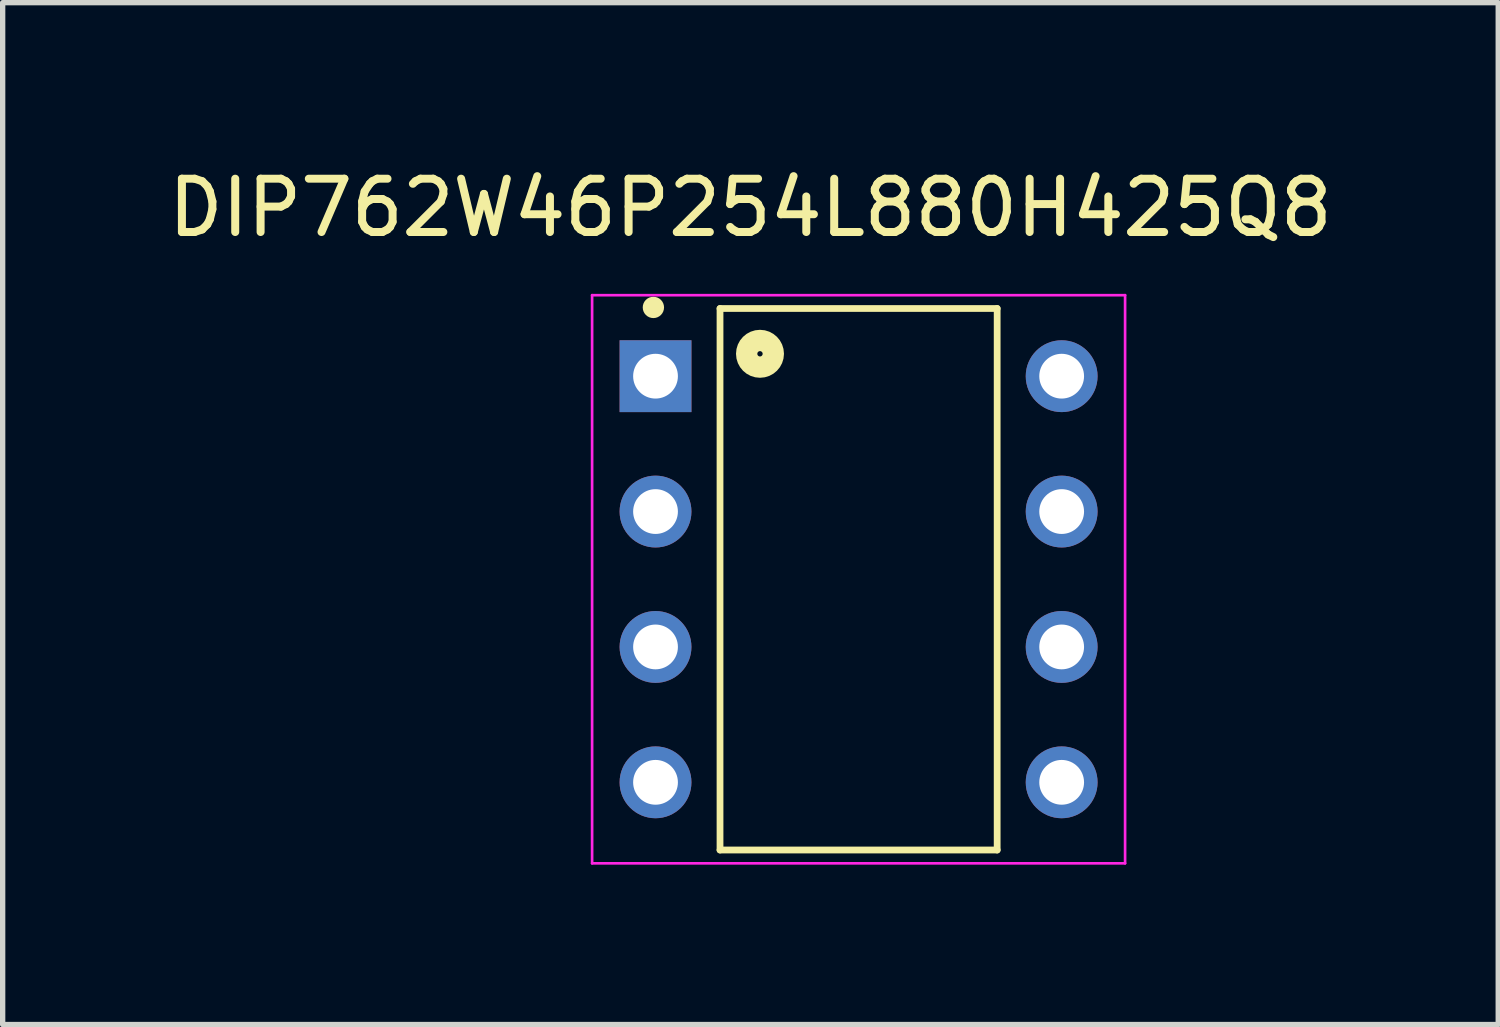
<source format=kicad_pcb>
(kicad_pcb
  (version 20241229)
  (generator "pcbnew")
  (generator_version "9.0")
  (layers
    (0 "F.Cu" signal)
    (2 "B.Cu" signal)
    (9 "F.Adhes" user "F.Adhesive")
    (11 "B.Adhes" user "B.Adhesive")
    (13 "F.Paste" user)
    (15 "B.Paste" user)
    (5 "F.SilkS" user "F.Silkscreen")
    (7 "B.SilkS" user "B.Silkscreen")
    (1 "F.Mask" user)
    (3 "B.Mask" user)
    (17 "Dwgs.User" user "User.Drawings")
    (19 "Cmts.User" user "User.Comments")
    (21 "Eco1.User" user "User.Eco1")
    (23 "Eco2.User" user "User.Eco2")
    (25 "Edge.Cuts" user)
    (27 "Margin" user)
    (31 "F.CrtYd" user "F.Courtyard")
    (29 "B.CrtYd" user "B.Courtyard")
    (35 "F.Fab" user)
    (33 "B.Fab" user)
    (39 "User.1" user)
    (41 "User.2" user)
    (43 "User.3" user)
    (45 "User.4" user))
  (footprint "DIP762W46P254L880H425Q8"
    (layer "F.Cu")
    (at 13.059 7.818)
    (property "Reference" "DIP762W46P254L880H425Q8" (at -2.029 -6.97 0) (layer "F.SilkS") (effects (font (size 1 1) (thickness 0.15))))
    (attr through_hole)
    (fp_line (start -2.6 -5.08) (end 2.6 -5.08) (stroke (width 0.127) (type solid)) (layer "F.SilkS"))
    (fp_line (start -2.6 5.08) (end -2.6 -5.08) (stroke (width 0.127) (type solid)) (layer "F.SilkS"))
    (fp_line (start 2.6 -5.08) (end 2.6 5.08) (stroke (width 0.127) (type solid)) (layer "F.SilkS"))
    (fp_line (start 2.6 5.08) (end -2.6 5.08) (stroke (width 0.127) (type solid)) (layer "F.SilkS"))
    (fp_circle (center -3.85 -5.1) (end -3.75 -5.1) (stroke (width 0.2) (type solid)) (fill no) (layer "F.SilkS"))
    (fp_circle (center -1.85 -4.23) (end -1.6 -4.23) (stroke (width 0.4) (type solid)) (fill no) (layer "F.SilkS"))
    (fp_line (start -5 -5.33) (end 5 -5.33) (stroke (width 0.05) (type solid)) (layer "F.CrtYd"))
    (fp_line (start -5 5.33) (end -5 -5.33) (stroke (width 0.05) (type solid)) (layer "F.CrtYd"))
    (fp_line (start 5 -5.33) (end 5 5.33) (stroke (width 0.05) (type solid)) (layer "F.CrtYd"))
    (fp_line (start 5 5.33) (end -5 5.33) (stroke (width 0.05) (type solid)) (layer "F.CrtYd"))
    (pad "1" thru_hole rect (at -3.81 -3.81) (size 1.348 1.348) (drill 0.84) (layers "*.Cu" "*.Mask"))
    (pad "2" thru_hole circle (at -3.81 -1.27) (size 1.348 1.348) (drill 0.84) (layers "*.Cu" "*.Mask"))
    (pad "3" thru_hole circle (at -3.81 1.27) (size 1.348 1.348) (drill 0.84) (layers "*.Cu" "*.Mask"))
    (pad "4" thru_hole circle (at -3.81 3.81) (size 1.348 1.348) (drill 0.84) (layers "*.Cu" "*.Mask"))
    (pad "5" thru_hole circle (at 3.81 3.81) (size 1.348 1.348) (drill 0.84) (layers "*.Cu" "*.Mask"))
    (pad "6" thru_hole circle (at 3.81 1.27) (size 1.348 1.348) (drill 0.84) (layers "*.Cu" "*.Mask"))
    (pad "7" thru_hole circle (at 3.81 -1.27) (size 1.348 1.348) (drill 0.84) (layers "*.Cu" "*.Mask"))
    (pad "8" thru_hole circle (at 3.81 -3.81) (size 1.348 1.348) (drill 0.84) (layers "*.Cu" "*.Mask")))
  (gr_rect
    (start -3 -3)
    (end 25.06 16.173)
    (stroke (width 0.1) (type default))
    (fill no)
    (layer "Edge.Cuts")))
</source>
